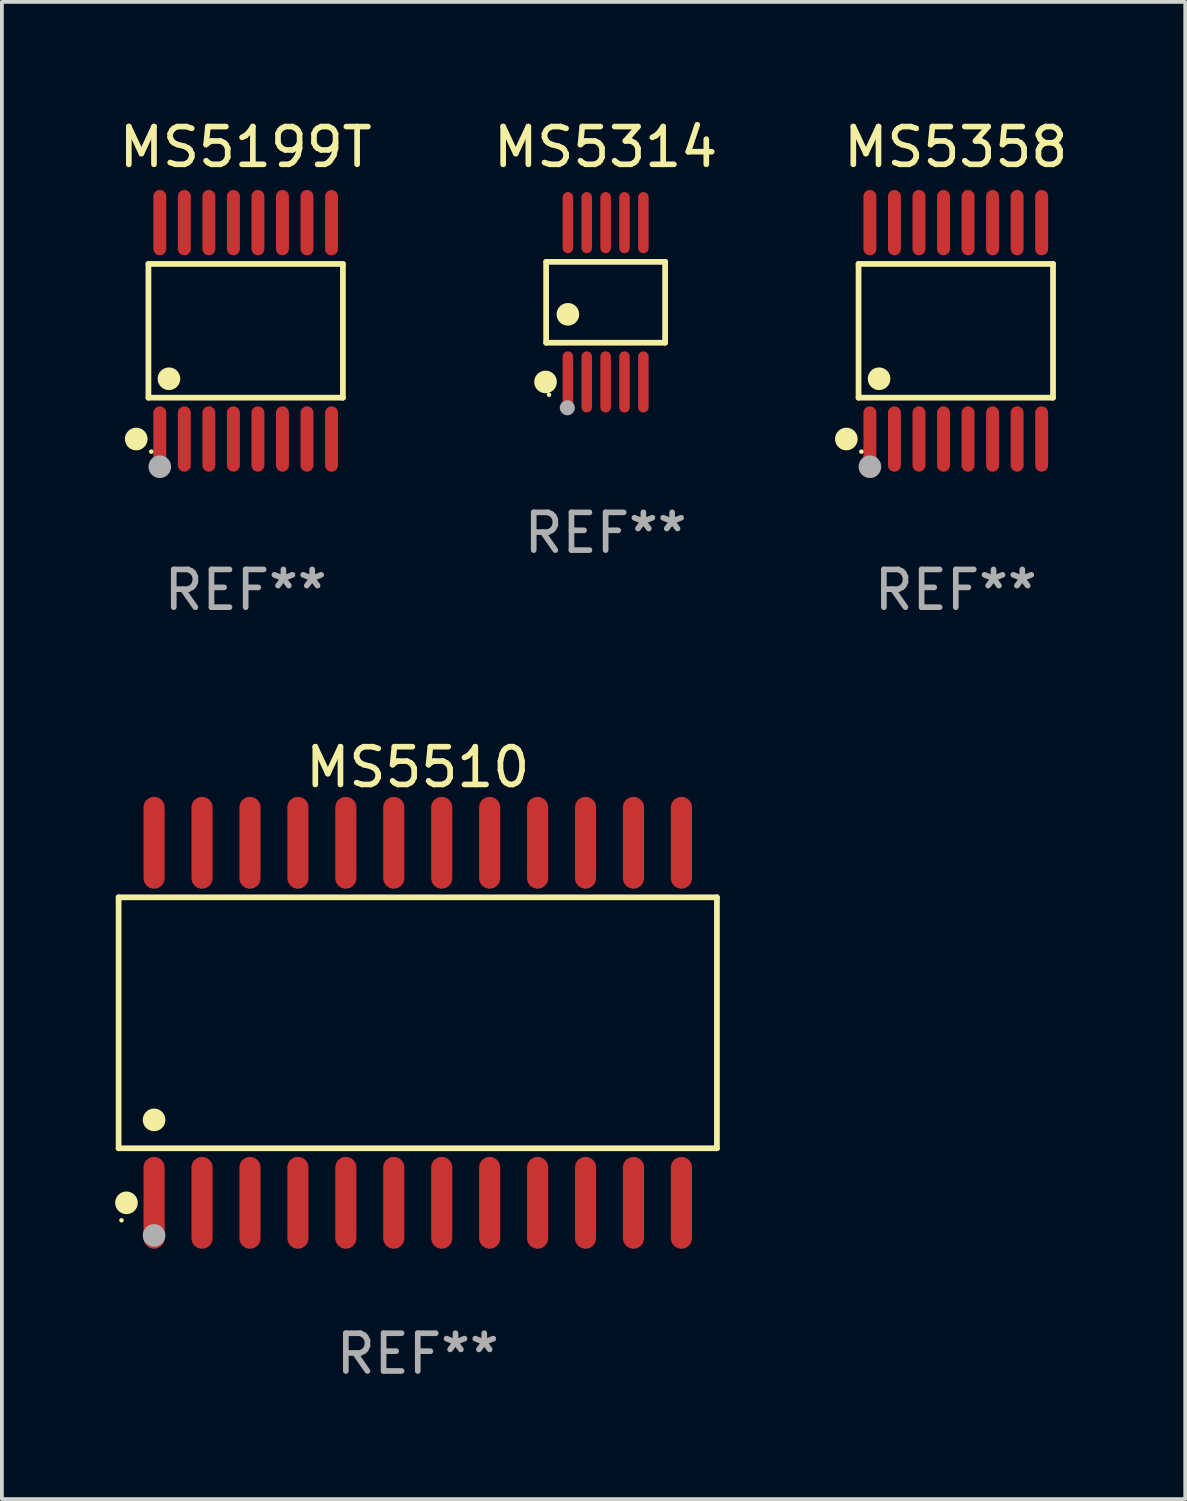
<source format=kicad_pcb>
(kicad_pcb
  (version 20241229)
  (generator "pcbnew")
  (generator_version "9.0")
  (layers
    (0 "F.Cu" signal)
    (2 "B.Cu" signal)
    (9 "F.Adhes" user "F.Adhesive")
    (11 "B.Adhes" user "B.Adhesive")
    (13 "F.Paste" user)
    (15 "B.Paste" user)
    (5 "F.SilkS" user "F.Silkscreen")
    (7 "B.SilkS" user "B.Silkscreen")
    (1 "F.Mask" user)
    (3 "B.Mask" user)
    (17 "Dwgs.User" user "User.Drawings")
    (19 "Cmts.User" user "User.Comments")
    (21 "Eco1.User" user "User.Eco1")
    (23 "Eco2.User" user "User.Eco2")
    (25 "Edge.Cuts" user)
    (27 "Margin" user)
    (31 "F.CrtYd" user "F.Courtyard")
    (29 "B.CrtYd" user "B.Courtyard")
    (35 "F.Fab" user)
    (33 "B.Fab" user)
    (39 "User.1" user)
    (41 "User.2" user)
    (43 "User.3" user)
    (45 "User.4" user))
  (footprint "MS5199T"
    (layer "F.Cu")
    (at 3.458 5.714)
    (property "Reference" "MS5199T" (at 0 -4.866 0) (layer "F.SilkS") (effects (font (size 1 1) (thickness 0.15))))
    (attr through_hole)
    (fp_line (start -2.576 -1.772) (end 2.576 -1.772) (stroke (width 0.152) (type solid)) (layer "F.SilkS"))
    (fp_line (start -2.576 1.771) (end -2.576 -1.772) (stroke (width 0.152) (type solid)) (layer "F.SilkS"))
    (fp_line (start 2.576 -1.772) (end 2.576 1.771) (stroke (width 0.152) (type solid)) (layer "F.SilkS"))
    (fp_line (start 2.576 1.771) (end -2.576 1.771) (stroke (width 0.152) (type solid)) (layer "F.SilkS"))
    (fp_circle (center -2.899 2.866) (end -2.749 2.866) (stroke (width 0.3) (type solid)) (fill no) (layer "F.SilkS"))
    (fp_circle (center -2.5 3.2) (end -2.47 3.2) (stroke (width 0.06) (type solid)) (fill no) (layer "F.SilkS"))
    (fp_circle (center -2.032 1.27) (end -1.882 1.27) (stroke (width 0.3) (type solid)) (fill no) (layer "F.SilkS"))
    (fp_circle (center -2.275 3.6) (end -2.125 3.6) (stroke (width 0.3) (type solid)) (fill no) (layer "F.Fab"))
    (fp_text user "REF**" (at 0 6.866 0) (layer "F.Fab") (effects (font (size 1 1) (thickness 0.15))))
    (pad "1" smd oval (at -2.275 2.866) (size 0.343 1.731) (layers "F.Cu" "F.Mask" "F.Paste"))
    (pad "2" smd oval (at -1.625 2.866) (size 0.343 1.731) (layers "F.Cu" "F.Mask" "F.Paste"))
    (pad "3" smd oval (at -0.975 2.866) (size 0.343 1.731) (layers "F.Cu" "F.Mask" "F.Paste"))
    (pad "4" smd oval (at -0.325 2.866) (size 0.343 1.731) (layers "F.Cu" "F.Mask" "F.Paste"))
    (pad "5" smd oval (at 0.325 2.866) (size 0.343 1.731) (layers "F.Cu" "F.Mask" "F.Paste"))
    (pad "6" smd oval (at 0.975 2.866) (size 0.343 1.731) (layers "F.Cu" "F.Mask" "F.Paste"))
    (pad "7" smd oval (at 1.625 2.866) (size 0.343 1.731) (layers "F.Cu" "F.Mask" "F.Paste"))
    (pad "8" smd oval (at 2.275 2.866) (size 0.343 1.731) (layers "F.Cu" "F.Mask" "F.Paste"))
    (pad "9" smd oval (at 2.275 -2.866) (size 0.343 1.731) (layers "F.Cu" "F.Mask" "F.Paste"))
    (pad "10" smd oval (at 1.625 -2.866) (size 0.343 1.731) (layers "F.Cu" "F.Mask" "F.Paste"))
    (pad "11" smd oval (at 0.975 -2.866) (size 0.343 1.731) (layers "F.Cu" "F.Mask" "F.Paste"))
    (pad "12" smd oval (at 0.325 -2.866) (size 0.343 1.731) (layers "F.Cu" "F.Mask" "F.Paste"))
    (pad "13" smd oval (at -0.325 -2.866) (size 0.343 1.731) (layers "F.Cu" "F.Mask" "F.Paste"))
    (pad "14" smd oval (at -0.975 -2.866) (size 0.343 1.731) (layers "F.Cu" "F.Mask" "F.Paste"))
    (pad "15" smd oval (at -1.625 -2.866) (size 0.343 1.731) (layers "F.Cu" "F.Mask" "F.Paste"))
    (pad "16" smd oval (at -2.275 -2.866) (size 0.343 1.731) (layers "F.Cu" "F.Mask" "F.Paste")))
  (footprint "MS5510"
    (layer "F.Cu")
    (at 8.017 24.045)
    (property "Reference" "MS5510" (at 0 -6.769 0) (layer "F.SilkS") (effects (font (size 1 1) (thickness 0.15))))
    (attr through_hole)
    (fp_line (start -7.925 -3.324) (end 7.925 -3.324) (stroke (width 0.152) (type solid)) (layer "F.SilkS"))
    (fp_line (start -7.925 3.324) (end -7.925 -3.324) (stroke (width 0.152) (type solid)) (layer "F.SilkS"))
    (fp_line (start 7.925 -3.324) (end 7.925 3.324) (stroke (width 0.152) (type solid)) (layer "F.SilkS"))
    (fp_line (start 7.925 3.324) (end -7.925 3.324) (stroke (width 0.152) (type solid)) (layer "F.SilkS"))
    (fp_circle (center -7.849 5.232) (end -7.819 5.232) (stroke (width 0.06) (type solid)) (fill no) (layer "F.SilkS"))
    (fp_circle (center -7.717 4.769) (end -7.567 4.769) (stroke (width 0.3) (type solid)) (fill no) (layer "F.SilkS"))
    (fp_circle (center -6.985 2.572) (end -6.835 2.572) (stroke (width 0.3) (type solid)) (fill no) (layer "F.SilkS"))
    (fp_circle (center -6.985 5.632) (end -6.835 5.632) (stroke (width 0.3) (type solid)) (fill no) (layer "F.Fab"))
    (fp_text user "REF**" (at 0 8.769 0) (layer "F.Fab") (effects (font (size 1 1) (thickness 0.15))))
    (pad "1" smd oval (at -6.985 4.769) (size 0.56 2.432) (layers "F.Cu" "F.Mask" "F.Paste"))
    (pad "2" smd oval (at -5.715 4.769) (size 0.56 2.432) (layers "F.Cu" "F.Mask" "F.Paste"))
    (pad "3" smd oval (at -4.445 4.769) (size 0.56 2.432) (layers "F.Cu" "F.Mask" "F.Paste"))
    (pad "4" smd oval (at -3.175 4.769) (size 0.56 2.432) (layers "F.Cu" "F.Mask" "F.Paste"))
    (pad "5" smd oval (at -1.905 4.769) (size 0.56 2.432) (layers "F.Cu" "F.Mask" "F.Paste"))
    (pad "6" smd oval (at -0.635 4.769) (size 0.56 2.432) (layers "F.Cu" "F.Mask" "F.Paste"))
    (pad "7" smd oval (at 0.635 4.769) (size 0.56 2.432) (layers "F.Cu" "F.Mask" "F.Paste"))
    (pad "8" smd oval (at 1.905 4.769) (size 0.56 2.432) (layers "F.Cu" "F.Mask" "F.Paste"))
    (pad "9" smd oval (at 3.175 4.769) (size 0.56 2.432) (layers "F.Cu" "F.Mask" "F.Paste"))
    (pad "10" smd oval (at 4.445 4.769) (size 0.56 2.432) (layers "F.Cu" "F.Mask" "F.Paste"))
    (pad "11" smd oval (at 5.715 4.769) (size 0.56 2.432) (layers "F.Cu" "F.Mask" "F.Paste"))
    (pad "12" smd oval (at 6.985 4.769) (size 0.56 2.432) (layers "F.Cu" "F.Mask" "F.Paste"))
    (pad "13" smd oval (at 6.985 -4.769) (size 0.56 2.432) (layers "F.Cu" "F.Mask" "F.Paste"))
    (pad "14" smd oval (at 5.715 -4.769) (size 0.56 2.432) (layers "F.Cu" "F.Mask" "F.Paste"))
    (pad "15" smd oval (at 4.445 -4.769) (size 0.56 2.432) (layers "F.Cu" "F.Mask" "F.Paste"))
    (pad "16" smd oval (at 3.175 -4.769) (size 0.56 2.432) (layers "F.Cu" "F.Mask" "F.Paste"))
    (pad "17" smd oval (at 1.905 -4.769) (size 0.56 2.432) (layers "F.Cu" "F.Mask" "F.Paste"))
    (pad "18" smd oval (at 0.635 -4.769) (size 0.56 2.432) (layers "F.Cu" "F.Mask" "F.Paste"))
    (pad "19" smd oval (at -0.635 -4.769) (size 0.56 2.432) (layers "F.Cu" "F.Mask" "F.Paste"))
    (pad "20" smd oval (at -1.905 -4.769) (size 0.56 2.432) (layers "F.Cu" "F.Mask" "F.Paste"))
    (pad "21" smd oval (at -3.175 -4.769) (size 0.56 2.432) (layers "F.Cu" "F.Mask" "F.Paste"))
    (pad "22" smd oval (at -4.445 -4.769) (size 0.56 2.432) (layers "F.Cu" "F.Mask" "F.Paste"))
    (pad "23" smd oval (at -5.715 -4.769) (size 0.56 2.432) (layers "F.Cu" "F.Mask" "F.Paste"))
    (pad "24" smd oval (at -6.985 -4.769) (size 0.56 2.432) (layers "F.Cu" "F.Mask" "F.Paste")))
  (footprint "MS5314"
    (layer "F.Cu")
    (at 12.994 4.958)
    (property "Reference" "MS5314" (at 0 -4.11 0) (layer "F.SilkS") (effects (font (size 1 1) (thickness 0.15))))
    (attr through_hole)
    (fp_line (start -1.576 -1.071) (end 1.576 -1.071) (stroke (width 0.152) (type solid)) (layer "F.SilkS"))
    (fp_line (start -1.576 1.071) (end -1.576 -1.071) (stroke (width 0.152) (type solid)) (layer "F.SilkS"))
    (fp_line (start 1.576 -1.071) (end 1.576 1.071) (stroke (width 0.152) (type solid)) (layer "F.SilkS"))
    (fp_line (start 1.576 1.071) (end -1.576 1.071) (stroke (width 0.152) (type solid)) (layer "F.SilkS"))
    (fp_circle (center -1.592 2.11) (end -1.442 2.11) (stroke (width 0.3) (type solid)) (fill no) (layer "F.SilkS"))
    (fp_circle (center -1.5 2.45) (end -1.47 2.45) (stroke (width 0.06) (type solid)) (fill no) (layer "F.SilkS"))
    (fp_circle (center -1 0.319) (end -0.85 0.319) (stroke (width 0.3) (type solid)) (fill no) (layer "F.SilkS"))
    (fp_circle (center -1.016 2.794) (end -0.916 2.794) (stroke (width 0.2) (type solid)) (fill no) (layer "F.Fab"))
    (fp_text user "REF**" (at 0 6.11 0) (layer "F.Fab") (effects (font (size 1 1) (thickness 0.15))))
    (pad "1" smd oval (at -1 2.11) (size 0.28 1.62) (layers "F.Cu" "F.Mask" "F.Paste"))
    (pad "2" smd oval (at -0.5 2.11) (size 0.28 1.62) (layers "F.Cu" "F.Mask" "F.Paste"))
    (pad "3" smd oval (at 0 2.11) (size 0.28 1.62) (layers "F.Cu" "F.Mask" "F.Paste"))
    (pad "4" smd oval (at 0.5 2.11) (size 0.28 1.62) (layers "F.Cu" "F.Mask" "F.Paste"))
    (pad "5" smd oval (at 1 2.11) (size 0.28 1.62) (layers "F.Cu" "F.Mask" "F.Paste"))
    (pad "6" smd oval (at 1 -2.11) (size 0.28 1.62) (layers "F.Cu" "F.Mask" "F.Paste"))
    (pad "7" smd oval (at 0.5 -2.11) (size 0.28 1.62) (layers "F.Cu" "F.Mask" "F.Paste"))
    (pad "8" smd oval (at 0 -2.11) (size 0.28 1.62) (layers "F.Cu" "F.Mask" "F.Paste"))
    (pad "9" smd oval (at -0.5 -2.11) (size 0.28 1.62) (layers "F.Cu" "F.Mask" "F.Paste"))
    (pad "10" smd oval (at -1 -2.11) (size 0.28 1.62) (layers "F.Cu" "F.Mask" "F.Paste")))
  (footprint "MS5358"
    (layer "F.Cu")
    (at 22.27 5.714)
    (property "Reference" "MS5358" (at 0 -4.866 0) (layer "F.SilkS") (effects (font (size 1 1) (thickness 0.15))))
    (attr through_hole)
    (fp_line (start -2.576 -1.772) (end 2.576 -1.772) (stroke (width 0.152) (type solid)) (layer "F.SilkS"))
    (fp_line (start -2.576 1.771) (end -2.576 -1.772) (stroke (width 0.152) (type solid)) (layer "F.SilkS"))
    (fp_line (start 2.576 -1.772) (end 2.576 1.771) (stroke (width 0.152) (type solid)) (layer "F.SilkS"))
    (fp_line (start 2.576 1.771) (end -2.576 1.771) (stroke (width 0.152) (type solid)) (layer "F.SilkS"))
    (fp_circle (center -2.899 2.866) (end -2.749 2.866) (stroke (width 0.3) (type solid)) (fill no) (layer "F.SilkS"))
    (fp_circle (center -2.5 3.2) (end -2.47 3.2) (stroke (width 0.06) (type solid)) (fill no) (layer "F.SilkS"))
    (fp_circle (center -2.032 1.27) (end -1.882 1.27) (stroke (width 0.3) (type solid)) (fill no) (layer "F.SilkS"))
    (fp_circle (center -2.275 3.6) (end -2.125 3.6) (stroke (width 0.3) (type solid)) (fill no) (layer "F.Fab"))
    (fp_text user "REF**" (at 0 6.866 0) (layer "F.Fab") (effects (font (size 1 1) (thickness 0.15))))
    (pad "1" smd oval (at -2.275 2.866) (size 0.343 1.731) (layers "F.Cu" "F.Mask" "F.Paste"))
    (pad "2" smd oval (at -1.625 2.866) (size 0.343 1.731) (layers "F.Cu" "F.Mask" "F.Paste"))
    (pad "3" smd oval (at -0.975 2.866) (size 0.343 1.731) (layers "F.Cu" "F.Mask" "F.Paste"))
    (pad "4" smd oval (at -0.325 2.866) (size 0.343 1.731) (layers "F.Cu" "F.Mask" "F.Paste"))
    (pad "5" smd oval (at 0.325 2.866) (size 0.343 1.731) (layers "F.Cu" "F.Mask" "F.Paste"))
    (pad "6" smd oval (at 0.975 2.866) (size 0.343 1.731) (layers "F.Cu" "F.Mask" "F.Paste"))
    (pad "7" smd oval (at 1.625 2.866) (size 0.343 1.731) (layers "F.Cu" "F.Mask" "F.Paste"))
    (pad "8" smd oval (at 2.275 2.866) (size 0.343 1.731) (layers "F.Cu" "F.Mask" "F.Paste"))
    (pad "9" smd oval (at 2.275 -2.866) (size 0.343 1.731) (layers "F.Cu" "F.Mask" "F.Paste"))
    (pad "10" smd oval (at 1.625 -2.866) (size 0.343 1.731) (layers "F.Cu" "F.Mask" "F.Paste"))
    (pad "11" smd oval (at 0.975 -2.866) (size 0.343 1.731) (layers "F.Cu" "F.Mask" "F.Paste"))
    (pad "12" smd oval (at 0.325 -2.866) (size 0.343 1.731) (layers "F.Cu" "F.Mask" "F.Paste"))
    (pad "13" smd oval (at -0.325 -2.866) (size 0.343 1.731) (layers "F.Cu" "F.Mask" "F.Paste"))
    (pad "14" smd oval (at -0.975 -2.866) (size 0.343 1.731) (layers "F.Cu" "F.Mask" "F.Paste"))
    (pad "15" smd oval (at -1.625 -2.866) (size 0.343 1.731) (layers "F.Cu" "F.Mask" "F.Paste"))
    (pad "16" smd oval (at -2.275 -2.866) (size 0.343 1.731) (layers "F.Cu" "F.Mask" "F.Paste")))
  (gr_rect
    (start -3 -3)
    (end 28.348 36.662)
    (stroke (width 0.1) (type default))
    (fill no)
    (layer "Edge.Cuts")))
</source>
